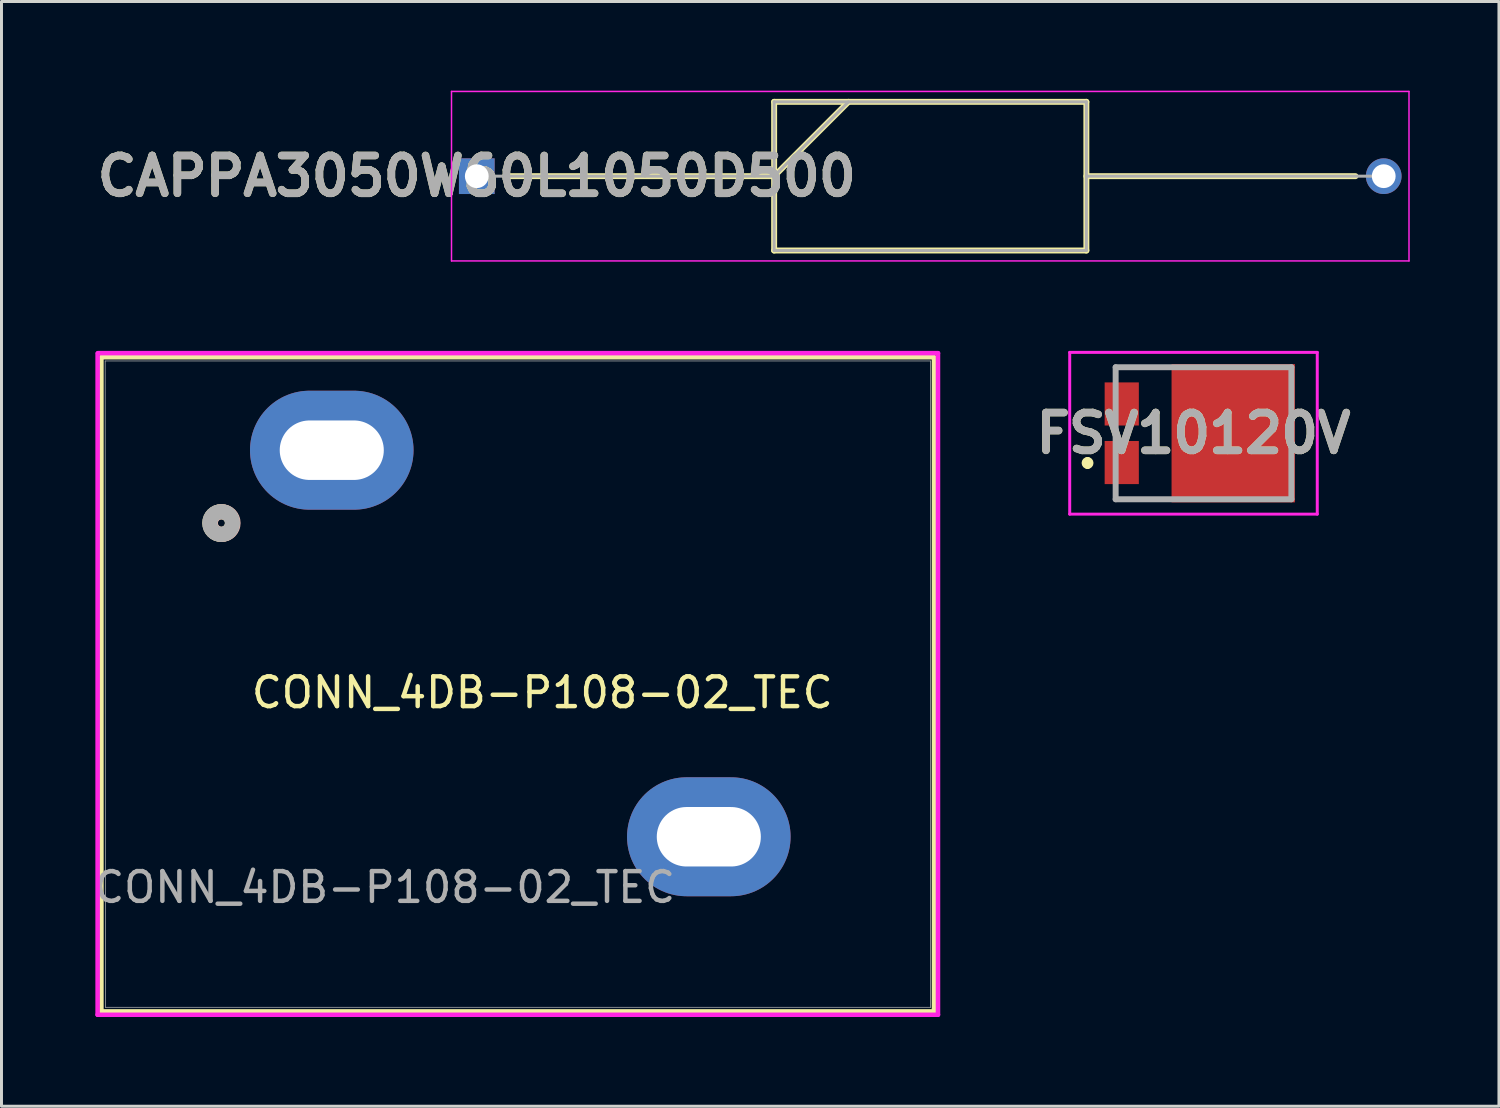
<source format=kicad_pcb>
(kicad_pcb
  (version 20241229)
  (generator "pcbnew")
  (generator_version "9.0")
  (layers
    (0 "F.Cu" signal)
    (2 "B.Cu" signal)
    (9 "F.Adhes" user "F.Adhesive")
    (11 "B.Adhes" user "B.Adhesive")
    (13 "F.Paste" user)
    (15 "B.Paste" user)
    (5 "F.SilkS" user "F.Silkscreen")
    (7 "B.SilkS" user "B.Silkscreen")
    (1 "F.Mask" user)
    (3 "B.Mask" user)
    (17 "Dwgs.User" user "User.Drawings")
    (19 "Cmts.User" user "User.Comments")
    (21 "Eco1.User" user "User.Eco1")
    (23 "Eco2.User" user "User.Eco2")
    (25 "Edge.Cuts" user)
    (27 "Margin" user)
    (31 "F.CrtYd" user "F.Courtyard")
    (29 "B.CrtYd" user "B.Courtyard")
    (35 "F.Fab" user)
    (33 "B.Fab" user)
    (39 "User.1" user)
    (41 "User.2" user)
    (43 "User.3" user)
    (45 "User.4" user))
  (footprint "CONN_4DB-P108-02_TEC"
    (layer "F.Cu")
    (at 0.487 9.09)
    (property "Reference" "CONN_4DB-P108-02_TEC" (at 14.7 11.15 0) (unlocked yes) (layer "F.SilkS") (effects (font (size 1 1) (thickness 0.15))))
    (attr through_hole)
    (fp_line (start -0.127 -0.127) (end -0.127 21.873) (stroke (width 0.152) (type solid)) (layer "F.SilkS"))
    (fp_line (start -0.127 21.873) (end 27.873 21.873) (stroke (width 0.152) (type solid)) (layer "F.SilkS"))
    (fp_line (start 27.873 -0.127) (end -0.127 -0.127) (stroke (width 0.152) (type solid)) (layer "F.SilkS"))
    (fp_line (start 27.873 21.873) (end 27.873 -0.127) (stroke (width 0.152) (type solid)) (layer "F.SilkS"))
    (fp_circle (center 3.9 5.45) (end 4.281 5.45) (stroke (width 0.508) (type solid)) (fill no) (layer "F.SilkS"))
    (fp_circle (center 3.919 5.45) (end 4.3 5.45) (stroke (width 0.508) (type solid)) (fill no) (layer "B.SilkS"))
    (fp_line (start -0.254 -0.254) (end -0.254 21.986) (stroke (width 0.152) (type solid)) (layer "F.CrtYd"))
    (fp_line (start -0.254 21.986) (end 28.007 21.986) (stroke (width 0.152) (type solid)) (layer "F.CrtYd"))
    (fp_line (start 28.007 -0.264) (end -0.243 -0.264) (stroke (width 0.152) (type solid)) (layer "F.CrtYd"))
    (fp_line (start 28.007 21.986) (end 28.007 -0.264) (stroke (width 0.152) (type solid)) (layer "F.CrtYd"))
    (fp_line (start 0 0) (end 0.007 21.736) (stroke (width 0.025) (type solid)) (layer "F.Fab"))
    (fp_line (start 0.007 21.736) (end 27.757 21.736) (stroke (width 0.025) (type solid)) (layer "F.Fab"))
    (fp_line (start 27.757 0) (end 0 0) (stroke (width 0.025) (type solid)) (layer "F.Fab"))
    (fp_line (start 27.757 21.736) (end 27.757 0) (stroke (width 0.025) (type solid)) (layer "F.Fab"))
    (fp_circle (center 3.9 5.45) (end 4.281 5.45) (stroke (width 0.508) (type solid)) (fill no) (layer "F.Fab"))
    (fp_text user "${REFERENCE}" (at 9.4 17.7 0) (unlocked yes) (layer "F.Fab") (effects (font (size 1 1) (thickness 0.15))))
    (pad "1" thru_hole oval (at 7.62 3 90) (size 4 5.5) (drill oval 2 3.5) (layers "*.Cu" "*.Mask"))
    (pad "2" thru_hole oval (at 20.3 16 90) (size 4 5.5) (drill oval 2 3.5) (layers "*.Cu" "*.Mask")))
  (footprint "FSV10120V"
    (layer "F.Cu")
    (at 37.424 11.52)
    (property "Reference" "FSV10120V" (at -0.338 0 0) (layer "F.SilkS") (effects (font (size 1.27 1.27) (thickness 0.254))))
    (attr smd)
    (fp_line (start -3.9 0.9) (end -3.9 0.9) (stroke (width 0.2) (type solid)) (layer "F.SilkS"))
    (fp_line (start -3.9 1.1) (end -3.9 1.1) (stroke (width 0.2) (type solid)) (layer "F.SilkS"))
    (fp_line (start -2.955 -2.22) (end -2.955 -2) (stroke (width 0.1) (type solid)) (layer "F.SilkS"))
    (fp_line (start -2.955 2.22) (end -2.955 2) (stroke (width 0.1) (type solid)) (layer "F.SilkS"))
    (fp_line (start -1.6 -2.22) (end -2.955 -2.22) (stroke (width 0.1) (type solid)) (layer "F.SilkS"))
    (fp_line (start -1.6 2.22) (end -2.955 2.22) (stroke (width 0.1) (type solid)) (layer "F.SilkS"))
    (fp_arc (start -3.9 0.9) (mid -3.8 1) (end -3.9 1.1) (stroke (width 0.2) (type solid)) (layer "F.SilkS"))
    (fp_arc (start -3.9 1.1) (mid -4 1) (end -3.9 0.9) (stroke (width 0.2) (type solid)) (layer "F.SilkS"))
    (fp_line (start -4.5 -2.72) (end -4.5 2.72) (stroke (width 0.1) (type solid)) (layer "F.CrtYd"))
    (fp_line (start -4.5 2.72) (end 3.825 2.72) (stroke (width 0.1) (type solid)) (layer "F.CrtYd"))
    (fp_line (start 3.825 -2.72) (end -4.5 -2.72) (stroke (width 0.1) (type solid)) (layer "F.CrtYd"))
    (fp_line (start 3.825 2.72) (end 3.825 -2.72) (stroke (width 0.1) (type solid)) (layer "F.CrtYd"))
    (fp_line (start -2.955 -2.22) (end -2.955 2.22) (stroke (width 0.2) (type solid)) (layer "F.Fab"))
    (fp_line (start -2.955 2.22) (end 2.955 2.22) (stroke (width 0.2) (type solid)) (layer "F.Fab"))
    (fp_line (start 2.955 -2.22) (end -2.955 -2.22) (stroke (width 0.2) (type solid)) (layer "F.Fab"))
    (fp_line (start 2.955 2.22) (end 2.955 -2.22) (stroke (width 0.2) (type solid)) (layer "F.Fab"))
    (fp_text user "${REFERENCE}" (at -0.338 0 0) (layer "F.Fab") (effects (font (size 1.27 1.27) (thickness 0.254))))
    (pad "1" smd rect (at -2.75 0.985) (size 1.15 1.45) (layers "F.Cu" "F.Mask" "F.Paste"))
    (pad "2" smd rect (at -2.75 -0.985) (size 1.15 1.45) (layers "F.Cu" "F.Mask" "F.Paste"))
    (pad "3" smd rect (at 1 0 180) (size 4.15 4.65) (layers "F.Cu" "F.Mask" "F.Paste")))
  (footprint "CAPPA3050W60L1050D500"
    (layer "F.Cu")
    (at 12.984 2.875)
    (property "Reference" "CAPPA3050W60L1050D500" (at 0 0 0) (layer "F.SilkS") (effects (font (size 1.27 1.27) (thickness 0.254))))
    (attr through_hole)
    (fp_line (start 0.95 0) (end 10 0) (stroke (width 0.2) (type solid)) (layer "F.SilkS"))
    (fp_line (start 10 -2.5) (end 20.5 -2.5) (stroke (width 0.2) (type solid)) (layer "F.SilkS"))
    (fp_line (start 10 0) (end 12.5 -2.5) (stroke (width 0.2) (type solid)) (layer "F.SilkS"))
    (fp_line (start 10 2.5) (end 10 -2.5) (stroke (width 0.2) (type solid)) (layer "F.SilkS"))
    (fp_line (start 20.5 -2.5) (end 20.5 2.5) (stroke (width 0.2) (type solid)) (layer "F.SilkS"))
    (fp_line (start 20.5 0) (end 29.55 0) (stroke (width 0.2) (type solid)) (layer "F.SilkS"))
    (fp_line (start 20.5 2.5) (end 10 2.5) (stroke (width 0.2) (type solid)) (layer "F.SilkS"))
    (fp_line (start -0.85 -2.85) (end 31.35 -2.85) (stroke (width 0.05) (type solid)) (layer "F.CrtYd"))
    (fp_line (start -0.85 2.85) (end -0.85 -2.85) (stroke (width 0.05) (type solid)) (layer "F.CrtYd"))
    (fp_line (start 31.35 -2.85) (end 31.35 2.85) (stroke (width 0.05) (type solid)) (layer "F.CrtYd"))
    (fp_line (start 31.35 2.85) (end -0.85 2.85) (stroke (width 0.05) (type solid)) (layer "F.CrtYd"))
    (fp_line (start 0 0) (end 10 0) (stroke (width 0.1) (type solid)) (layer "F.Fab"))
    (fp_line (start 10 -2.5) (end 20.5 -2.5) (stroke (width 0.1) (type solid)) (layer "F.Fab"))
    (fp_line (start 10 0) (end 12.5 -2.5) (stroke (width 0.1) (type solid)) (layer "F.Fab"))
    (fp_line (start 10 2.5) (end 10 -2.5) (stroke (width 0.1) (type solid)) (layer "F.Fab"))
    (fp_line (start 20.5 -2.5) (end 20.5 2.5) (stroke (width 0.1) (type solid)) (layer "F.Fab"))
    (fp_line (start 20.5 0) (end 30.5 0) (stroke (width 0.1) (type solid)) (layer "F.Fab"))
    (fp_line (start 20.5 2.5) (end 10 2.5) (stroke (width 0.1) (type solid)) (layer "F.Fab"))
    (fp_text user "${REFERENCE}" (at 0 0 0) (layer "F.Fab") (effects (font (size 1.27 1.27) (thickness 0.254))))
    (pad "1" thru_hole rect (at 0 0) (size 1.2 1.2) (drill 0.8) (layers "*.Cu" "*.Mask"))
    (pad "2" thru_hole circle (at 30.5 0) (size 1.2 1.2) (drill 0.8) (layers "*.Cu" "*.Mask")))
  (gr_rect
    (start -3 -3)
    (end 47.359 34.152)
    (stroke (width 0.1) (type default))
    (fill no)
    (layer "Edge.Cuts")))
</source>
